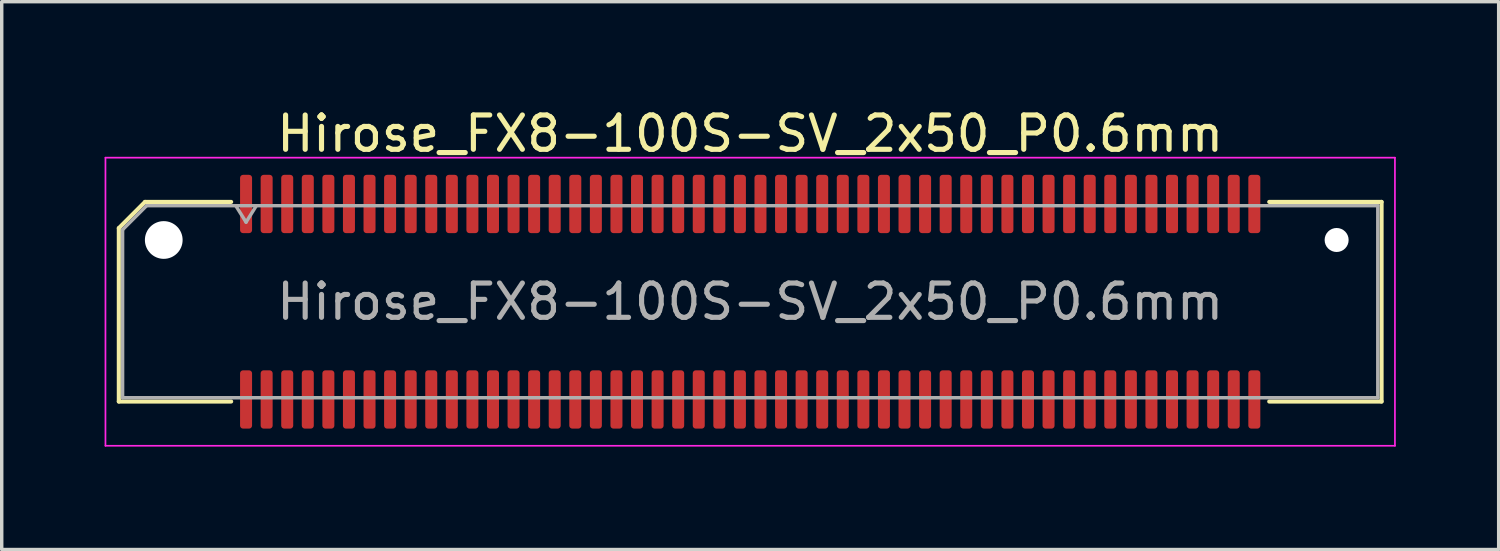
<source format=kicad_pcb>
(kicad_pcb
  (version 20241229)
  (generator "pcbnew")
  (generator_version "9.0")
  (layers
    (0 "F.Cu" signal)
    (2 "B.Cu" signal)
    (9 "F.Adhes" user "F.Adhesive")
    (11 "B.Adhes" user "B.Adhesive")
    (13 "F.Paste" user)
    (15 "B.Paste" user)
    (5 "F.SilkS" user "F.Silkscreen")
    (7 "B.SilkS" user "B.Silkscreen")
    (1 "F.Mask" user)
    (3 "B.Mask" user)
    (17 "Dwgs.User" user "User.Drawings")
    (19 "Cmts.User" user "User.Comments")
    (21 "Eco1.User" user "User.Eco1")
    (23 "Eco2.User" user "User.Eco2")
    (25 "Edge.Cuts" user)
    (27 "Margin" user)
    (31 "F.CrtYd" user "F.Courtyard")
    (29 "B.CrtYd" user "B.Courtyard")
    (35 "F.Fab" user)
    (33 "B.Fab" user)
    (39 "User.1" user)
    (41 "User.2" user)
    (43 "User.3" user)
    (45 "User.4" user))
  (footprint "Hirose_FX8-100S-SV_2x50_P0.6mm"
    (layer "F.Cu")
    (at 18.825 5.748)
    (property "Reference" "Hirose_FX8-100S-SV_2x50_P0.6mm" (at 0 -4.9 0) (layer "F.SilkS") (effects (font (size 1 1) (thickness 0.15))))
    (attr smd)
    (fp_line (start -18.41 -2.146) (end -17.646 -2.91) (stroke (width 0.12) (type solid)) (layer "F.SilkS"))
    (fp_line (start -18.41 2.91) (end -18.41 -2.146) (stroke (width 0.12) (type solid)) (layer "F.SilkS"))
    (fp_line (start -17.646 -2.91) (end -15.135 -2.91) (stroke (width 0.12) (type solid)) (layer "F.SilkS"))
    (fp_line (start -15.135 2.91) (end -18.41 2.91) (stroke (width 0.12) (type solid)) (layer "F.SilkS"))
    (fp_line (start 15.135 -2.91) (end 18.41 -2.91) (stroke (width 0.12) (type solid)) (layer "F.SilkS"))
    (fp_line (start 18.41 -2.91) (end 18.41 2.91) (stroke (width 0.12) (type solid)) (layer "F.SilkS"))
    (fp_line (start 18.41 2.91) (end 15.135 2.91) (stroke (width 0.12) (type solid)) (layer "F.SilkS"))
    (fp_line (start -18.8 -4.2) (end -18.8 4.2) (stroke (width 0.05) (type solid)) (layer "F.CrtYd"))
    (fp_line (start -18.8 4.2) (end 18.8 4.2) (stroke (width 0.05) (type solid)) (layer "F.CrtYd"))
    (fp_line (start 18.8 -4.2) (end -18.8 -4.2) (stroke (width 0.05) (type solid)) (layer "F.CrtYd"))
    (fp_line (start 18.8 4.2) (end 18.8 -4.2) (stroke (width 0.05) (type solid)) (layer "F.CrtYd"))
    (fp_line (start -18.3 -2.1) (end -17.6 -2.8) (stroke (width 0.1) (type solid)) (layer "F.Fab"))
    (fp_line (start -18.3 2.8) (end -18.3 -2.1) (stroke (width 0.1) (type solid)) (layer "F.Fab"))
    (fp_line (start -17.6 -2.8) (end 18.3 -2.8) (stroke (width 0.1) (type solid)) (layer "F.Fab"))
    (fp_line (start -15 -2.8) (end -14.7 -2.32) (stroke (width 0.1) (type solid)) (layer "F.Fab"))
    (fp_line (start -14.7 -2.32) (end -14.4 -2.8) (stroke (width 0.1) (type solid)) (layer "F.Fab"))
    (fp_line (start 18.3 -2.8) (end 18.3 2.8) (stroke (width 0.1) (type solid)) (layer "F.Fab"))
    (fp_line (start 18.3 2.8) (end -18.3 2.8) (stroke (width 0.1) (type solid)) (layer "F.Fab"))
    (fp_text user "${REFERENCE}" (at 0 0 0) (layer "F.Fab") (effects (font (size 1 1) (thickness 0.15))))
    (pad "" np_thru_hole circle (at -17.1 -1.8) (size 1.1 1.1) (drill 1.1) (layers "*.Cu" "*.Mask"))
    (pad "" np_thru_hole circle (at 17.1 -1.8) (size 0.7 0.7) (drill 0.7) (layers "*.Cu" "*.Mask"))
    (pad "1" smd roundrect (at -14.7 -2.85) (size 0.35 1.7) (layers "F.Cu" "F.Mask" "F.Paste") (roundrect_rratio 0.25))
    (pad "2" smd roundrect (at -14.7 2.85) (size 0.35 1.7) (layers "F.Cu" "F.Mask" "F.Paste") (roundrect_rratio 0.25))
    (pad "3" smd roundrect (at -14.1 -2.85) (size 0.35 1.7) (layers "F.Cu" "F.Mask" "F.Paste") (roundrect_rratio 0.25))
    (pad "4" smd roundrect (at -14.1 2.85) (size 0.35 1.7) (layers "F.Cu" "F.Mask" "F.Paste") (roundrect_rratio 0.25))
    (pad "5" smd roundrect (at -13.5 -2.85) (size 0.35 1.7) (layers "F.Cu" "F.Mask" "F.Paste") (roundrect_rratio 0.25))
    (pad "6" smd roundrect (at -13.5 2.85) (size 0.35 1.7) (layers "F.Cu" "F.Mask" "F.Paste") (roundrect_rratio 0.25))
    (pad "7" smd roundrect (at -12.9 -2.85) (size 0.35 1.7) (layers "F.Cu" "F.Mask" "F.Paste") (roundrect_rratio 0.25))
    (pad "8" smd roundrect (at -12.9 2.85) (size 0.35 1.7) (layers "F.Cu" "F.Mask" "F.Paste") (roundrect_rratio 0.25))
    (pad "9" smd roundrect (at -12.3 -2.85) (size 0.35 1.7) (layers "F.Cu" "F.Mask" "F.Paste") (roundrect_rratio 0.25))
    (pad "10" smd roundrect (at -12.3 2.85) (size 0.35 1.7) (layers "F.Cu" "F.Mask" "F.Paste") (roundrect_rratio 0.25))
    (pad "11" smd roundrect (at -11.7 -2.85) (size 0.35 1.7) (layers "F.Cu" "F.Mask" "F.Paste") (roundrect_rratio 0.25))
    (pad "12" smd roundrect (at -11.7 2.85) (size 0.35 1.7) (layers "F.Cu" "F.Mask" "F.Paste") (roundrect_rratio 0.25))
    (pad "13" smd roundrect (at -11.1 -2.85) (size 0.35 1.7) (layers "F.Cu" "F.Mask" "F.Paste") (roundrect_rratio 0.25))
    (pad "14" smd roundrect (at -11.1 2.85) (size 0.35 1.7) (layers "F.Cu" "F.Mask" "F.Paste") (roundrect_rratio 0.25))
    (pad "15" smd roundrect (at -10.5 -2.85) (size 0.35 1.7) (layers "F.Cu" "F.Mask" "F.Paste") (roundrect_rratio 0.25))
    (pad "16" smd roundrect (at -10.5 2.85) (size 0.35 1.7) (layers "F.Cu" "F.Mask" "F.Paste") (roundrect_rratio 0.25))
    (pad "17" smd roundrect (at -9.9 -2.85) (size 0.35 1.7) (layers "F.Cu" "F.Mask" "F.Paste") (roundrect_rratio 0.25))
    (pad "18" smd roundrect (at -9.9 2.85) (size 0.35 1.7) (layers "F.Cu" "F.Mask" "F.Paste") (roundrect_rratio 0.25))
    (pad "19" smd roundrect (at -9.3 -2.85) (size 0.35 1.7) (layers "F.Cu" "F.Mask" "F.Paste") (roundrect_rratio 0.25))
    (pad "20" smd roundrect (at -9.3 2.85) (size 0.35 1.7) (layers "F.Cu" "F.Mask" "F.Paste") (roundrect_rratio 0.25))
    (pad "21" smd roundrect (at -8.7 -2.85) (size 0.35 1.7) (layers "F.Cu" "F.Mask" "F.Paste") (roundrect_rratio 0.25))
    (pad "22" smd roundrect (at -8.7 2.85) (size 0.35 1.7) (layers "F.Cu" "F.Mask" "F.Paste") (roundrect_rratio 0.25))
    (pad "23" smd roundrect (at -8.1 -2.85) (size 0.35 1.7) (layers "F.Cu" "F.Mask" "F.Paste") (roundrect_rratio 0.25))
    (pad "24" smd roundrect (at -8.1 2.85) (size 0.35 1.7) (layers "F.Cu" "F.Mask" "F.Paste") (roundrect_rratio 0.25))
    (pad "25" smd roundrect (at -7.5 -2.85) (size 0.35 1.7) (layers "F.Cu" "F.Mask" "F.Paste") (roundrect_rratio 0.25))
    (pad "26" smd roundrect (at -7.5 2.85) (size 0.35 1.7) (layers "F.Cu" "F.Mask" "F.Paste") (roundrect_rratio 0.25))
    (pad "27" smd roundrect (at -6.9 -2.85) (size 0.35 1.7) (layers "F.Cu" "F.Mask" "F.Paste") (roundrect_rratio 0.25))
    (pad "28" smd roundrect (at -6.9 2.85) (size 0.35 1.7) (layers "F.Cu" "F.Mask" "F.Paste") (roundrect_rratio 0.25))
    (pad "29" smd roundrect (at -6.3 -2.85) (size 0.35 1.7) (layers "F.Cu" "F.Mask" "F.Paste") (roundrect_rratio 0.25))
    (pad "30" smd roundrect (at -6.3 2.85) (size 0.35 1.7) (layers "F.Cu" "F.Mask" "F.Paste") (roundrect_rratio 0.25))
    (pad "31" smd roundrect (at -5.7 -2.85) (size 0.35 1.7) (layers "F.Cu" "F.Mask" "F.Paste") (roundrect_rratio 0.25))
    (pad "32" smd roundrect (at -5.7 2.85) (size 0.35 1.7) (layers "F.Cu" "F.Mask" "F.Paste") (roundrect_rratio 0.25))
    (pad "33" smd roundrect (at -5.1 -2.85) (size 0.35 1.7) (layers "F.Cu" "F.Mask" "F.Paste") (roundrect_rratio 0.25))
    (pad "34" smd roundrect (at -5.1 2.85) (size 0.35 1.7) (layers "F.Cu" "F.Mask" "F.Paste") (roundrect_rratio 0.25))
    (pad "35" smd roundrect (at -4.5 -2.85) (size 0.35 1.7) (layers "F.Cu" "F.Mask" "F.Paste") (roundrect_rratio 0.25))
    (pad "36" smd roundrect (at -4.5 2.85) (size 0.35 1.7) (layers "F.Cu" "F.Mask" "F.Paste") (roundrect_rratio 0.25))
    (pad "37" smd roundrect (at -3.9 -2.85) (size 0.35 1.7) (layers "F.Cu" "F.Mask" "F.Paste") (roundrect_rratio 0.25))
    (pad "38" smd roundrect (at -3.9 2.85) (size 0.35 1.7) (layers "F.Cu" "F.Mask" "F.Paste") (roundrect_rratio 0.25))
    (pad "39" smd roundrect (at -3.3 -2.85) (size 0.35 1.7) (layers "F.Cu" "F.Mask" "F.Paste") (roundrect_rratio 0.25))
    (pad "40" smd roundrect (at -3.3 2.85) (size 0.35 1.7) (layers "F.Cu" "F.Mask" "F.Paste") (roundrect_rratio 0.25))
    (pad "41" smd roundrect (at -2.7 -2.85) (size 0.35 1.7) (layers "F.Cu" "F.Mask" "F.Paste") (roundrect_rratio 0.25))
    (pad "42" smd roundrect (at -2.7 2.85) (size 0.35 1.7) (layers "F.Cu" "F.Mask" "F.Paste") (roundrect_rratio 0.25))
    (pad "43" smd roundrect (at -2.1 -2.85) (size 0.35 1.7) (layers "F.Cu" "F.Mask" "F.Paste") (roundrect_rratio 0.25))
    (pad "44" smd roundrect (at -2.1 2.85) (size 0.35 1.7) (layers "F.Cu" "F.Mask" "F.Paste") (roundrect_rratio 0.25))
    (pad "45" smd roundrect (at -1.5 -2.85) (size 0.35 1.7) (layers "F.Cu" "F.Mask" "F.Paste") (roundrect_rratio 0.25))
    (pad "46" smd roundrect (at -1.5 2.85) (size 0.35 1.7) (layers "F.Cu" "F.Mask" "F.Paste") (roundrect_rratio 0.25))
    (pad "47" smd roundrect (at -0.9 -2.85) (size 0.35 1.7) (layers "F.Cu" "F.Mask" "F.Paste") (roundrect_rratio 0.25))
    (pad "48" smd roundrect (at -0.9 2.85) (size 0.35 1.7) (layers "F.Cu" "F.Mask" "F.Paste") (roundrect_rratio 0.25))
    (pad "49" smd roundrect (at -0.3 -2.85) (size 0.35 1.7) (layers "F.Cu" "F.Mask" "F.Paste") (roundrect_rratio 0.25))
    (pad "50" smd roundrect (at -0.3 2.85) (size 0.35 1.7) (layers "F.Cu" "F.Mask" "F.Paste") (roundrect_rratio 0.25))
    (pad "51" smd roundrect (at 0.3 -2.85) (size 0.35 1.7) (layers "F.Cu" "F.Mask" "F.Paste") (roundrect_rratio 0.25))
    (pad "52" smd roundrect (at 0.3 2.85) (size 0.35 1.7) (layers "F.Cu" "F.Mask" "F.Paste") (roundrect_rratio 0.25))
    (pad "53" smd roundrect (at 0.9 -2.85) (size 0.35 1.7) (layers "F.Cu" "F.Mask" "F.Paste") (roundrect_rratio 0.25))
    (pad "54" smd roundrect (at 0.9 2.85) (size 0.35 1.7) (layers "F.Cu" "F.Mask" "F.Paste") (roundrect_rratio 0.25))
    (pad "55" smd roundrect (at 1.5 -2.85) (size 0.35 1.7) (layers "F.Cu" "F.Mask" "F.Paste") (roundrect_rratio 0.25))
    (pad "56" smd roundrect (at 1.5 2.85) (size 0.35 1.7) (layers "F.Cu" "F.Mask" "F.Paste") (roundrect_rratio 0.25))
    (pad "57" smd roundrect (at 2.1 -2.85) (size 0.35 1.7) (layers "F.Cu" "F.Mask" "F.Paste") (roundrect_rratio 0.25))
    (pad "58" smd roundrect (at 2.1 2.85) (size 0.35 1.7) (layers "F.Cu" "F.Mask" "F.Paste") (roundrect_rratio 0.25))
    (pad "59" smd roundrect (at 2.7 -2.85) (size 0.35 1.7) (layers "F.Cu" "F.Mask" "F.Paste") (roundrect_rratio 0.25))
    (pad "60" smd roundrect (at 2.7 2.85) (size 0.35 1.7) (layers "F.Cu" "F.Mask" "F.Paste") (roundrect_rratio 0.25))
    (pad "61" smd roundrect (at 3.3 -2.85) (size 0.35 1.7) (layers "F.Cu" "F.Mask" "F.Paste") (roundrect_rratio 0.25))
    (pad "62" smd roundrect (at 3.3 2.85) (size 0.35 1.7) (layers "F.Cu" "F.Mask" "F.Paste") (roundrect_rratio 0.25))
    (pad "63" smd roundrect (at 3.9 -2.85) (size 0.35 1.7) (layers "F.Cu" "F.Mask" "F.Paste") (roundrect_rratio 0.25))
    (pad "64" smd roundrect (at 3.9 2.85) (size 0.35 1.7) (layers "F.Cu" "F.Mask" "F.Paste") (roundrect_rratio 0.25))
    (pad "65" smd roundrect (at 4.5 -2.85) (size 0.35 1.7) (layers "F.Cu" "F.Mask" "F.Paste") (roundrect_rratio 0.25))
    (pad "66" smd roundrect (at 4.5 2.85) (size 0.35 1.7) (layers "F.Cu" "F.Mask" "F.Paste") (roundrect_rratio 0.25))
    (pad "67" smd roundrect (at 5.1 -2.85) (size 0.35 1.7) (layers "F.Cu" "F.Mask" "F.Paste") (roundrect_rratio 0.25))
    (pad "68" smd roundrect (at 5.1 2.85) (size 0.35 1.7) (layers "F.Cu" "F.Mask" "F.Paste") (roundrect_rratio 0.25))
    (pad "69" smd roundrect (at 5.7 -2.85) (size 0.35 1.7) (layers "F.Cu" "F.Mask" "F.Paste") (roundrect_rratio 0.25))
    (pad "70" smd roundrect (at 5.7 2.85) (size 0.35 1.7) (layers "F.Cu" "F.Mask" "F.Paste") (roundrect_rratio 0.25))
    (pad "71" smd roundrect (at 6.3 -2.85) (size 0.35 1.7) (layers "F.Cu" "F.Mask" "F.Paste") (roundrect_rratio 0.25))
    (pad "72" smd roundrect (at 6.3 2.85) (size 0.35 1.7) (layers "F.Cu" "F.Mask" "F.Paste") (roundrect_rratio 0.25))
    (pad "73" smd roundrect (at 6.9 -2.85) (size 0.35 1.7) (layers "F.Cu" "F.Mask" "F.Paste") (roundrect_rratio 0.25))
    (pad "74" smd roundrect (at 6.9 2.85) (size 0.35 1.7) (layers "F.Cu" "F.Mask" "F.Paste") (roundrect_rratio 0.25))
    (pad "75" smd roundrect (at 7.5 -2.85) (size 0.35 1.7) (layers "F.Cu" "F.Mask" "F.Paste") (roundrect_rratio 0.25))
    (pad "76" smd roundrect (at 7.5 2.85) (size 0.35 1.7) (layers "F.Cu" "F.Mask" "F.Paste") (roundrect_rratio 0.25))
    (pad "77" smd roundrect (at 8.1 -2.85) (size 0.35 1.7) (layers "F.Cu" "F.Mask" "F.Paste") (roundrect_rratio 0.25))
    (pad "78" smd roundrect (at 8.1 2.85) (size 0.35 1.7) (layers "F.Cu" "F.Mask" "F.Paste") (roundrect_rratio 0.25))
    (pad "79" smd roundrect (at 8.7 -2.85) (size 0.35 1.7) (layers "F.Cu" "F.Mask" "F.Paste") (roundrect_rratio 0.25))
    (pad "80" smd roundrect (at 8.7 2.85) (size 0.35 1.7) (layers "F.Cu" "F.Mask" "F.Paste") (roundrect_rratio 0.25))
    (pad "81" smd roundrect (at 9.3 -2.85) (size 0.35 1.7) (layers "F.Cu" "F.Mask" "F.Paste") (roundrect_rratio 0.25))
    (pad "82" smd roundrect (at 9.3 2.85) (size 0.35 1.7) (layers "F.Cu" "F.Mask" "F.Paste") (roundrect_rratio 0.25))
    (pad "83" smd roundrect (at 9.9 -2.85) (size 0.35 1.7) (layers "F.Cu" "F.Mask" "F.Paste") (roundrect_rratio 0.25))
    (pad "84" smd roundrect (at 9.9 2.85) (size 0.35 1.7) (layers "F.Cu" "F.Mask" "F.Paste") (roundrect_rratio 0.25))
    (pad "85" smd roundrect (at 10.5 -2.85) (size 0.35 1.7) (layers "F.Cu" "F.Mask" "F.Paste") (roundrect_rratio 0.25))
    (pad "86" smd roundrect (at 10.5 2.85) (size 0.35 1.7) (layers "F.Cu" "F.Mask" "F.Paste") (roundrect_rratio 0.25))
    (pad "87" smd roundrect (at 11.1 -2.85) (size 0.35 1.7) (layers "F.Cu" "F.Mask" "F.Paste") (roundrect_rratio 0.25))
    (pad "88" smd roundrect (at 11.1 2.85) (size 0.35 1.7) (layers "F.Cu" "F.Mask" "F.Paste") (roundrect_rratio 0.25))
    (pad "89" smd roundrect (at 11.7 -2.85) (size 0.35 1.7) (layers "F.Cu" "F.Mask" "F.Paste") (roundrect_rratio 0.25))
    (pad "90" smd roundrect (at 11.7 2.85) (size 0.35 1.7) (layers "F.Cu" "F.Mask" "F.Paste") (roundrect_rratio 0.25))
    (pad "91" smd roundrect (at 12.3 -2.85) (size 0.35 1.7) (layers "F.Cu" "F.Mask" "F.Paste") (roundrect_rratio 0.25))
    (pad "92" smd roundrect (at 12.3 2.85) (size 0.35 1.7) (layers "F.Cu" "F.Mask" "F.Paste") (roundrect_rratio 0.25))
    (pad "93" smd roundrect (at 12.9 -2.85) (size 0.35 1.7) (layers "F.Cu" "F.Mask" "F.Paste") (roundrect_rratio 0.25))
    (pad "94" smd roundrect (at 12.9 2.85) (size 0.35 1.7) (layers "F.Cu" "F.Mask" "F.Paste") (roundrect_rratio 0.25))
    (pad "95" smd roundrect (at 13.5 -2.85) (size 0.35 1.7) (layers "F.Cu" "F.Mask" "F.Paste") (roundrect_rratio 0.25))
    (pad "96" smd roundrect (at 13.5 2.85) (size 0.35 1.7) (layers "F.Cu" "F.Mask" "F.Paste") (roundrect_rratio 0.25))
    (pad "97" smd roundrect (at 14.1 -2.85) (size 0.35 1.7) (layers "F.Cu" "F.Mask" "F.Paste") (roundrect_rratio 0.25))
    (pad "98" smd roundrect (at 14.1 2.85) (size 0.35 1.7) (layers "F.Cu" "F.Mask" "F.Paste") (roundrect_rratio 0.25))
    (pad "99" smd roundrect (at 14.7 -2.85) (size 0.35 1.7) (layers "F.Cu" "F.Mask" "F.Paste") (roundrect_rratio 0.25))
    (pad "100" smd roundrect (at 14.7 2.85) (size 0.35 1.7) (layers "F.Cu" "F.Mask" "F.Paste") (roundrect_rratio 0.25)))
  (gr_rect
    (start -3 -3)
    (end 40.65 12.973)
    (stroke (width 0.1) (type default))
    (fill no)
    (layer "Edge.Cuts")))
</source>
